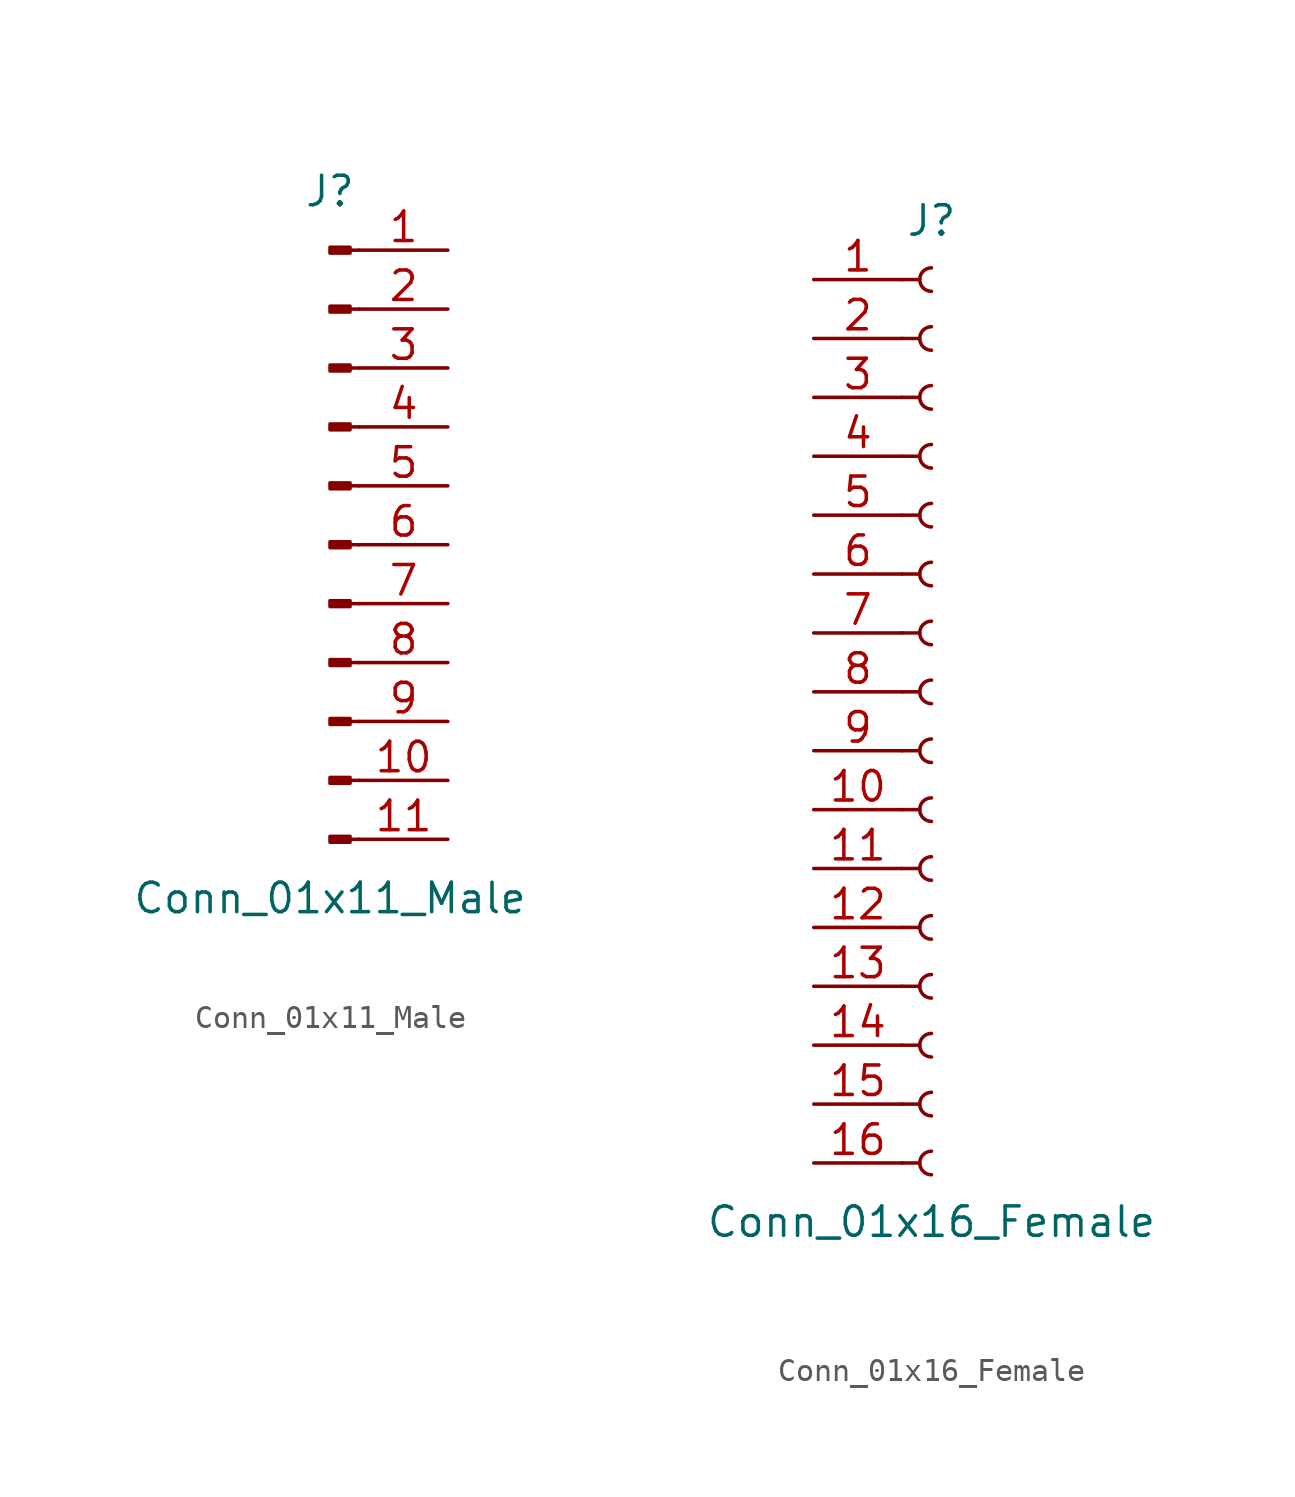
<source format=kicad_sym>
(kicad_symbol_lib
  (version 20211014)
  (generator kicad_symbol_editor)
  (symbol "Conn_01x11_Male"
    (pin_names
      (offset 1.016) hide)
    (property "Reference" "J"
      (at 0 15.24 0)
      (effects (font (size 1.27 1.27))))
    (property "Value" "Conn_01x11_Male"
      (at 0 -15.24 0)
      (effects (font (size 1.27 1.27))))
    (symbol "Conn_01x11_Male_1_1"
      (polyline (pts (xy 1.27 -12.7) (xy 0.864 -12.7)) (stroke (width 0.152) (type default) (color 0 0 0 0)) (fill (type none)))
      (polyline (pts (xy 1.27 -10.16) (xy 0.864 -10.16)) (stroke (width 0.152) (type default) (color 0 0 0 0)) (fill (type none)))
      (polyline (pts (xy 1.27 -7.62) (xy 0.864 -7.62)) (stroke (width 0.152) (type default) (color 0 0 0 0)) (fill (type none)))
      (polyline (pts (xy 1.27 -5.08) (xy 0.864 -5.08)) (stroke (width 0.152) (type default) (color 0 0 0 0)) (fill (type none)))
      (polyline (pts (xy 1.27 -2.54) (xy 0.864 -2.54)) (stroke (width 0.152) (type default) (color 0 0 0 0)) (fill (type none)))
      (polyline (pts (xy 1.27 0) (xy 0.864 0)) (stroke (width 0.152) (type default) (color 0 0 0 0)) (fill (type none)))
      (polyline (pts (xy 1.27 2.54) (xy 0.864 2.54)) (stroke (width 0.152) (type default) (color 0 0 0 0)) (fill (type none)))
      (polyline (pts (xy 1.27 5.08) (xy 0.864 5.08)) (stroke (width 0.152) (type default) (color 0 0 0 0)) (fill (type none)))
      (polyline (pts (xy 1.27 7.62) (xy 0.864 7.62)) (stroke (width 0.152) (type default) (color 0 0 0 0)) (fill (type none)))
      (polyline (pts (xy 1.27 10.16) (xy 0.864 10.16)) (stroke (width 0.152) (type default) (color 0 0 0 0)) (fill (type none)))
      (polyline (pts (xy 1.27 12.7) (xy 0.864 12.7)) (stroke (width 0.152) (type default) (color 0 0 0 0)) (fill (type none)))
      (rectangle (start 0.864 -12.573) (end 0 -12.827) (stroke (width 0.152) (type default) (color 0 0 0 0)) (fill (type outline)))
      (rectangle (start 0.864 -10.033) (end 0 -10.287) (stroke (width 0.152) (type default) (color 0 0 0 0)) (fill (type outline)))
      (rectangle (start 0.864 -7.493) (end 0 -7.747) (stroke (width 0.152) (type default) (color 0 0 0 0)) (fill (type outline)))
      (rectangle (start 0.864 -4.953) (end 0 -5.207) (stroke (width 0.152) (type default) (color 0 0 0 0)) (fill (type outline)))
      (rectangle (start 0.864 -2.413) (end 0 -2.667) (stroke (width 0.152) (type default) (color 0 0 0 0)) (fill (type outline)))
      (rectangle (start 0.864 0.127) (end 0 -0.127) (stroke (width 0.152) (type default) (color 0 0 0 0)) (fill (type outline)))
      (rectangle (start 0.864 2.667) (end 0 2.413) (stroke (width 0.152) (type default) (color 0 0 0 0)) (fill (type outline)))
      (rectangle (start 0.864 5.207) (end 0 4.953) (stroke (width 0.152) (type default) (color 0 0 0 0)) (fill (type outline)))
      (rectangle (start 0.864 7.747) (end 0 7.493) (stroke (width 0.152) (type default) (color 0 0 0 0)) (fill (type outline)))
      (rectangle (start 0.864 10.287) (end 0 10.033) (stroke (width 0.152) (type default) (color 0 0 0 0)) (fill (type outline)))
      (rectangle (start 0.864 12.827) (end 0 12.573) (stroke (width 0.152) (type default) (color 0 0 0 0)) (fill (type outline)))
      (pin passive line (at 5.08 12.7 180) (length 3.81) (name "Pin_1" (effects (font (size 1.27 1.27)))) (number "1" (effects (font (size 1.27 1.27)))))
      (pin passive line (at 5.08 -10.16 180) (length 3.81) (name "Pin_10" (effects (font (size 1.27 1.27)))) (number "10" (effects (font (size 1.27 1.27)))))
      (pin passive line (at 5.08 -12.7 180) (length 3.81) (name "Pin_11" (effects (font (size 1.27 1.27)))) (number "11" (effects (font (size 1.27 1.27)))))
      (pin passive line (at 5.08 10.16 180) (length 3.81) (name "Pin_2" (effects (font (size 1.27 1.27)))) (number "2" (effects (font (size 1.27 1.27)))))
      (pin passive line (at 5.08 7.62 180) (length 3.81) (name "Pin_3" (effects (font (size 1.27 1.27)))) (number "3" (effects (font (size 1.27 1.27)))))
      (pin passive line (at 5.08 5.08 180) (length 3.81) (name "Pin_4" (effects (font (size 1.27 1.27)))) (number "4" (effects (font (size 1.27 1.27)))))
      (pin passive line (at 5.08 2.54 180) (length 3.81) (name "Pin_5" (effects (font (size 1.27 1.27)))) (number "5" (effects (font (size 1.27 1.27)))))
      (pin passive line (at 5.08 0 180) (length 3.81) (name "Pin_6" (effects (font (size 1.27 1.27)))) (number "6" (effects (font (size 1.27 1.27)))))
      (pin passive line (at 5.08 -2.54 180) (length 3.81) (name "Pin_7" (effects (font (size 1.27 1.27)))) (number "7" (effects (font (size 1.27 1.27)))))
      (pin passive line (at 5.08 -5.08 180) (length 3.81) (name "Pin_8" (effects (font (size 1.27 1.27)))) (number "8" (effects (font (size 1.27 1.27)))))
      (pin passive line (at 5.08 -7.62 180) (length 3.81) (name "Pin_9" (effects (font (size 1.27 1.27)))) (number "9" (effects (font (size 1.27 1.27)))))))
  (symbol "Conn_01x16_Female"
    (pin_names
      (offset 1.016) hide)
    (property "Reference" "J"
      (at 0 20.32 0)
      (effects (font (size 1.27 1.27))))
    (property "Value" "Conn_01x16_Female"
      (at 0 -22.86 0)
      (effects (font (size 1.27 1.27))))
    (symbol "Conn_01x16_Female_1_1"
      (arc (start 0 -19.812) (mid -0.508 -20.32) (end 0 -20.828) (stroke (width 0.1524) (type default) (color 0 0 0 0)) (fill (type none)))
      (arc (start 0 -17.272) (mid -0.508 -17.78) (end 0 -18.288) (stroke (width 0.1524) (type default) (color 0 0 0 0)) (fill (type none)))
      (arc (start 0 -14.732) (mid -0.508 -15.24) (end 0 -15.748) (stroke (width 0.1524) (type default) (color 0 0 0 0)) (fill (type none)))
      (arc (start 0 -12.192) (mid -0.508 -12.7) (end 0 -13.208) (stroke (width 0.1524) (type default) (color 0 0 0 0)) (fill (type none)))
      (arc (start 0 -9.652) (mid -0.508 -10.16) (end 0 -10.668) (stroke (width 0.1524) (type default) (color 0 0 0 0)) (fill (type none)))
      (arc (start 0 -7.112) (mid -0.508 -7.62) (end 0 -8.128) (stroke (width 0.1524) (type default) (color 0 0 0 0)) (fill (type none)))
      (arc (start 0 -4.572) (mid -0.508 -5.08) (end 0 -5.588) (stroke (width 0.1524) (type default) (color 0 0 0 0)) (fill (type none)))
      (arc (start 0 -2.032) (mid -0.508 -2.54) (end 0 -3.048) (stroke (width 0.1524) (type default) (color 0 0 0 0)) (fill (type none)))
      (polyline (pts (xy -1.27 -20.32) (xy -0.508 -20.32)) (stroke (width 0.152) (type default) (color 0 0 0 0)) (fill (type none)))
      (polyline (pts (xy -1.27 -17.78) (xy -0.508 -17.78)) (stroke (width 0.152) (type default) (color 0 0 0 0)) (fill (type none)))
      (polyline (pts (xy -1.27 -15.24) (xy -0.508 -15.24)) (stroke (width 0.152) (type default) (color 0 0 0 0)) (fill (type none)))
      (polyline (pts (xy -1.27 -12.7) (xy -0.508 -12.7)) (stroke (width 0.152) (type default) (color 0 0 0 0)) (fill (type none)))
      (polyline (pts (xy -1.27 -10.16) (xy -0.508 -10.16)) (stroke (width 0.152) (type default) (color 0 0 0 0)) (fill (type none)))
      (polyline (pts (xy -1.27 -7.62) (xy -0.508 -7.62)) (stroke (width 0.152) (type default) (color 0 0 0 0)) (fill (type none)))
      (polyline (pts (xy -1.27 -5.08) (xy -0.508 -5.08)) (stroke (width 0.152) (type default) (color 0 0 0 0)) (fill (type none)))
      (polyline (pts (xy -1.27 -2.54) (xy -0.508 -2.54)) (stroke (width 0.152) (type default) (color 0 0 0 0)) (fill (type none)))
      (polyline (pts (xy -1.27 0) (xy -0.508 0)) (stroke (width 0.152) (type default) (color 0 0 0 0)) (fill (type none)))
      (polyline (pts (xy -1.27 2.54) (xy -0.508 2.54)) (stroke (width 0.152) (type default) (color 0 0 0 0)) (fill (type none)))
      (polyline (pts (xy -1.27 5.08) (xy -0.508 5.08)) (stroke (width 0.152) (type default) (color 0 0 0 0)) (fill (type none)))
      (polyline (pts (xy -1.27 7.62) (xy -0.508 7.62)) (stroke (width 0.152) (type default) (color 0 0 0 0)) (fill (type none)))
      (polyline (pts (xy -1.27 10.16) (xy -0.508 10.16)) (stroke (width 0.152) (type default) (color 0 0 0 0)) (fill (type none)))
      (polyline (pts (xy -1.27 12.7) (xy -0.508 12.7)) (stroke (width 0.152) (type default) (color 0 0 0 0)) (fill (type none)))
      (polyline (pts (xy -1.27 15.24) (xy -0.508 15.24)) (stroke (width 0.152) (type default) (color 0 0 0 0)) (fill (type none)))
      (polyline (pts (xy -1.27 17.78) (xy -0.508 17.78)) (stroke (width 0.152) (type default) (color 0 0 0 0)) (fill (type none)))
      (arc (start 0 0.508) (mid -0.508 0) (end 0 -0.508) (stroke (width 0.1524) (type default) (color 0 0 0 0)) (fill (type none)))
      (arc (start 0 3.048) (mid -0.508 2.54) (end 0 2.032) (stroke (width 0.1524) (type default) (color 0 0 0 0)) (fill (type none)))
      (arc (start 0 5.588) (mid -0.508 5.08) (end 0 4.572) (stroke (width 0.1524) (type default) (color 0 0 0 0)) (fill (type none)))
      (arc (start 0 8.128) (mid -0.508 7.62) (end 0 7.112) (stroke (width 0.1524) (type default) (color 0 0 0 0)) (fill (type none)))
      (arc (start 0 10.668) (mid -0.508 10.16) (end 0 9.652) (stroke (width 0.1524) (type default) (color 0 0 0 0)) (fill (type none)))
      (arc (start 0 13.208) (mid -0.508 12.7) (end 0 12.192) (stroke (width 0.1524) (type default) (color 0 0 0 0)) (fill (type none)))
      (arc (start 0 15.748) (mid -0.508 15.24) (end 0 14.732) (stroke (width 0.1524) (type default) (color 0 0 0 0)) (fill (type none)))
      (arc (start 0 18.288) (mid -0.508 17.78) (end 0 17.272) (stroke (width 0.1524) (type default) (color 0 0 0 0)) (fill (type none)))
      (pin passive line (at -5.08 17.78 0) (length 3.81) (name "Pin_1" (effects (font (size 1.27 1.27)))) (number "1" (effects (font (size 1.27 1.27)))))
      (pin passive line (at -5.08 -5.08 0) (length 3.81) (name "Pin_10" (effects (font (size 1.27 1.27)))) (number "10" (effects (font (size 1.27 1.27)))))
      (pin passive line (at -5.08 -7.62 0) (length 3.81) (name "Pin_11" (effects (font (size 1.27 1.27)))) (number "11" (effects (font (size 1.27 1.27)))))
      (pin passive line (at -5.08 -10.16 0) (length 3.81) (name "Pin_12" (effects (font (size 1.27 1.27)))) (number "12" (effects (font (size 1.27 1.27)))))
      (pin passive line (at -5.08 -12.7 0) (length 3.81) (name "Pin_13" (effects (font (size 1.27 1.27)))) (number "13" (effects (font (size 1.27 1.27)))))
      (pin passive line (at -5.08 -15.24 0) (length 3.81) (name "Pin_14" (effects (font (size 1.27 1.27)))) (number "14" (effects (font (size 1.27 1.27)))))
      (pin passive line (at -5.08 -17.78 0) (length 3.81) (name "Pin_15" (effects (font (size 1.27 1.27)))) (number "15" (effects (font (size 1.27 1.27)))))
      (pin passive line (at -5.08 -20.32 0) (length 3.81) (name "Pin_16" (effects (font (size 1.27 1.27)))) (number "16" (effects (font (size 1.27 1.27)))))
      (pin passive line (at -5.08 15.24 0) (length 3.81) (name "Pin_2" (effects (font (size 1.27 1.27)))) (number "2" (effects (font (size 1.27 1.27)))))
      (pin passive line (at -5.08 12.7 0) (length 3.81) (name "Pin_3" (effects (font (size 1.27 1.27)))) (number "3" (effects (font (size 1.27 1.27)))))
      (pin passive line (at -5.08 10.16 0) (length 3.81) (name "Pin_4" (effects (font (size 1.27 1.27)))) (number "4" (effects (font (size 1.27 1.27)))))
      (pin passive line (at -5.08 7.62 0) (length 3.81) (name "Pin_5" (effects (font (size 1.27 1.27)))) (number "5" (effects (font (size 1.27 1.27)))))
      (pin passive line (at -5.08 5.08 0) (length 3.81) (name "Pin_6" (effects (font (size 1.27 1.27)))) (number "6" (effects (font (size 1.27 1.27)))))
      (pin passive line (at -5.08 2.54 0) (length 3.81) (name "Pin_7" (effects (font (size 1.27 1.27)))) (number "7" (effects (font (size 1.27 1.27)))))
      (pin passive line (at -5.08 0 0) (length 3.81) (name "Pin_8" (effects (font (size 1.27 1.27)))) (number "8" (effects (font (size 1.27 1.27)))))
      (pin passive line (at -5.08 -2.54 0) (length 3.81) (name "Pin_9" (effects (font (size 1.27 1.27)))) (number "9" (effects (font (size 1.27 1.27))))))))
</source>
